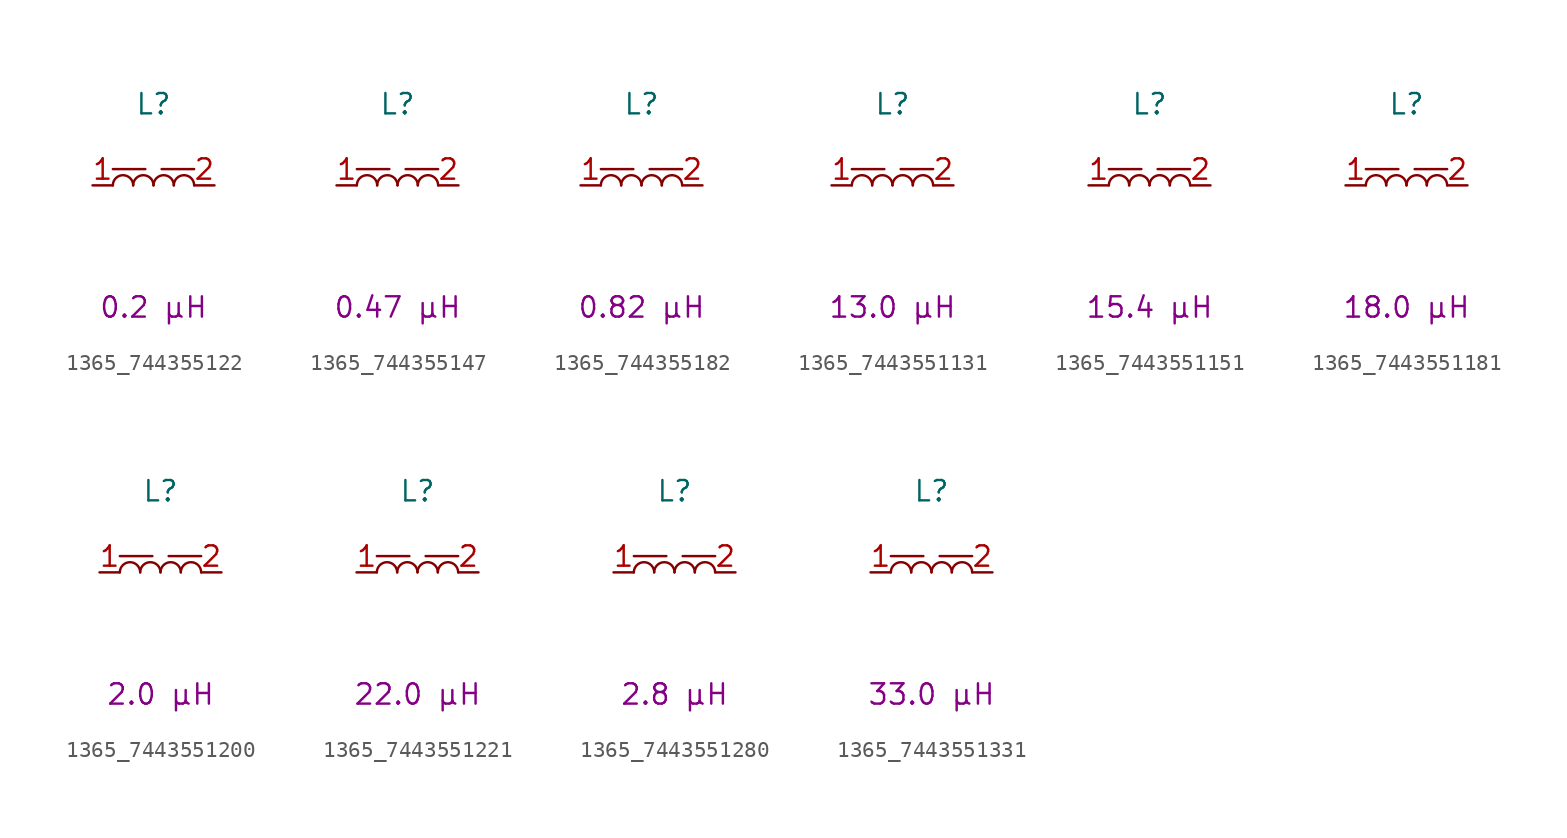
<source format=kicad_sym>
(kicad_symbol_lib
  (version 20220914)
  (generator kicad_symbol_editor)
  (symbol "1365_744355122"
    (pin_names hide)
    (property "Reference" "L"
      (at 0 5.08 0)
      (effects (font (size 1.27 1.27))))
    (property "Critical Parameter" "0.2 µH"
      (at 0 -7.62 0)
      (effects (font (size 1.27 1.27))))
    (symbol "1365_744355122_0_1"
      (arc (start -1.27 0) (mid -1.905 0.6323) (end -2.54 0) (stroke (width 0) (type default)) (fill (type none)))
      (arc (start 0 0) (mid -0.635 0.6323) (end -1.27 0) (stroke (width 0) (type default)) (fill (type none)))
      (polyline (pts (xy -2.54 1.016) (xy -0.508 1.016)) (stroke (width 0) (type default)) (fill (type none)))
      (arc (start 1.27 0) (mid 0.635 0.6323) (end 0 0) (stroke (width 0) (type default)) (fill (type none)))
      (arc (start 2.54 0) (mid 1.905 0.6323) (end 1.27 0) (stroke (width 0) (type default)) (fill (type none))))
    (symbol "1365_744355122_1_1"
      (polyline (pts (xy 2.54 1.016) (xy 0.508 1.016)) (stroke (width 0) (type default)) (fill (type none)))
      (pin passive line (at -3.81 0 0) (length 1.27) (name "1" (effects (font (size 1.27 1.27)))) (number "1" (effects (font (size 1.27 1.27)))))
      (pin passive line (at 3.81 0 180) (length 1.27) (name "2" (effects (font (size 1.27 1.27)))) (number "2" (effects (font (size 1.27 1.27)))))))
  (symbol "1365_744355147"
    (pin_names hide)
    (property "Reference" "L"
      (at 0 5.08 0)
      (effects (font (size 1.27 1.27))))
    (property "Critical Parameter" "0.47 µH"
      (at 0 -7.62 0)
      (effects (font (size 1.27 1.27))))
    (symbol "1365_744355147_0_1"
      (arc (start -1.27 0) (mid -1.905 0.6323) (end -2.54 0) (stroke (width 0) (type default)) (fill (type none)))
      (arc (start 0 0) (mid -0.635 0.6323) (end -1.27 0) (stroke (width 0) (type default)) (fill (type none)))
      (polyline (pts (xy -2.54 1.016) (xy -0.508 1.016)) (stroke (width 0) (type default)) (fill (type none)))
      (arc (start 1.27 0) (mid 0.635 0.6323) (end 0 0) (stroke (width 0) (type default)) (fill (type none)))
      (arc (start 2.54 0) (mid 1.905 0.6323) (end 1.27 0) (stroke (width 0) (type default)) (fill (type none))))
    (symbol "1365_744355147_1_1"
      (polyline (pts (xy 2.54 1.016) (xy 0.508 1.016)) (stroke (width 0) (type default)) (fill (type none)))
      (pin passive line (at -3.81 0 0) (length 1.27) (name "1" (effects (font (size 1.27 1.27)))) (number "1" (effects (font (size 1.27 1.27)))))
      (pin passive line (at 3.81 0 180) (length 1.27) (name "2" (effects (font (size 1.27 1.27)))) (number "2" (effects (font (size 1.27 1.27)))))))
  (symbol "1365_744355182"
    (pin_names hide)
    (property "Reference" "L"
      (at 0 5.08 0)
      (effects (font (size 1.27 1.27))))
    (property "Critical Parameter" "0.82 µH"
      (at 0 -7.62 0)
      (effects (font (size 1.27 1.27))))
    (symbol "1365_744355182_0_1"
      (arc (start -1.27 0) (mid -1.905 0.6323) (end -2.54 0) (stroke (width 0) (type default)) (fill (type none)))
      (arc (start 0 0) (mid -0.635 0.6323) (end -1.27 0) (stroke (width 0) (type default)) (fill (type none)))
      (polyline (pts (xy -2.54 1.016) (xy -0.508 1.016)) (stroke (width 0) (type default)) (fill (type none)))
      (arc (start 1.27 0) (mid 0.635 0.6323) (end 0 0) (stroke (width 0) (type default)) (fill (type none)))
      (arc (start 2.54 0) (mid 1.905 0.6323) (end 1.27 0) (stroke (width 0) (type default)) (fill (type none))))
    (symbol "1365_744355182_1_1"
      (polyline (pts (xy 2.54 1.016) (xy 0.508 1.016)) (stroke (width 0) (type default)) (fill (type none)))
      (pin passive line (at -3.81 0 0) (length 1.27) (name "1" (effects (font (size 1.27 1.27)))) (number "1" (effects (font (size 1.27 1.27)))))
      (pin passive line (at 3.81 0 180) (length 1.27) (name "2" (effects (font (size 1.27 1.27)))) (number "2" (effects (font (size 1.27 1.27)))))))
  (symbol "1365_7443551131"
    (pin_names hide)
    (property "Reference" "L"
      (at 0 5.08 0)
      (effects (font (size 1.27 1.27))))
    (property "Critical Parameter" "13.0 µH"
      (at 0 -7.62 0)
      (effects (font (size 1.27 1.27))))
    (symbol "1365_7443551131_0_1"
      (arc (start -1.27 0) (mid -1.905 0.6323) (end -2.54 0) (stroke (width 0) (type default)) (fill (type none)))
      (arc (start 0 0) (mid -0.635 0.6323) (end -1.27 0) (stroke (width 0) (type default)) (fill (type none)))
      (polyline (pts (xy -2.54 1.016) (xy -0.508 1.016)) (stroke (width 0) (type default)) (fill (type none)))
      (arc (start 1.27 0) (mid 0.635 0.6323) (end 0 0) (stroke (width 0) (type default)) (fill (type none)))
      (arc (start 2.54 0) (mid 1.905 0.6323) (end 1.27 0) (stroke (width 0) (type default)) (fill (type none))))
    (symbol "1365_7443551131_1_1"
      (polyline (pts (xy 2.54 1.016) (xy 0.508 1.016)) (stroke (width 0) (type default)) (fill (type none)))
      (pin passive line (at -3.81 0 0) (length 1.27) (name "1" (effects (font (size 1.27 1.27)))) (number "1" (effects (font (size 1.27 1.27)))))
      (pin passive line (at 3.81 0 180) (length 1.27) (name "2" (effects (font (size 1.27 1.27)))) (number "2" (effects (font (size 1.27 1.27)))))))
  (symbol "1365_7443551151"
    (pin_names hide)
    (property "Reference" "L"
      (at 0 5.08 0)
      (effects (font (size 1.27 1.27))))
    (property "Critical Parameter" "15.4 µH"
      (at 0 -7.62 0)
      (effects (font (size 1.27 1.27))))
    (symbol "1365_7443551151_0_1"
      (arc (start -1.27 0) (mid -1.905 0.6323) (end -2.54 0) (stroke (width 0) (type default)) (fill (type none)))
      (arc (start 0 0) (mid -0.635 0.6323) (end -1.27 0) (stroke (width 0) (type default)) (fill (type none)))
      (polyline (pts (xy -2.54 1.016) (xy -0.508 1.016)) (stroke (width 0) (type default)) (fill (type none)))
      (arc (start 1.27 0) (mid 0.635 0.6323) (end 0 0) (stroke (width 0) (type default)) (fill (type none)))
      (arc (start 2.54 0) (mid 1.905 0.6323) (end 1.27 0) (stroke (width 0) (type default)) (fill (type none))))
    (symbol "1365_7443551151_1_1"
      (polyline (pts (xy 2.54 1.016) (xy 0.508 1.016)) (stroke (width 0) (type default)) (fill (type none)))
      (pin passive line (at -3.81 0 0) (length 1.27) (name "1" (effects (font (size 1.27 1.27)))) (number "1" (effects (font (size 1.27 1.27)))))
      (pin passive line (at 3.81 0 180) (length 1.27) (name "2" (effects (font (size 1.27 1.27)))) (number "2" (effects (font (size 1.27 1.27)))))))
  (symbol "1365_7443551181"
    (pin_names hide)
    (property "Reference" "L"
      (at 0 5.08 0)
      (effects (font (size 1.27 1.27))))
    (property "Critical Parameter" "18.0 µH"
      (at 0 -7.62 0)
      (effects (font (size 1.27 1.27))))
    (symbol "1365_7443551181_0_1"
      (arc (start -1.27 0) (mid -1.905 0.6323) (end -2.54 0) (stroke (width 0) (type default)) (fill (type none)))
      (arc (start 0 0) (mid -0.635 0.6323) (end -1.27 0) (stroke (width 0) (type default)) (fill (type none)))
      (polyline (pts (xy -2.54 1.016) (xy -0.508 1.016)) (stroke (width 0) (type default)) (fill (type none)))
      (arc (start 1.27 0) (mid 0.635 0.6323) (end 0 0) (stroke (width 0) (type default)) (fill (type none)))
      (arc (start 2.54 0) (mid 1.905 0.6323) (end 1.27 0) (stroke (width 0) (type default)) (fill (type none))))
    (symbol "1365_7443551181_1_1"
      (polyline (pts (xy 2.54 1.016) (xy 0.508 1.016)) (stroke (width 0) (type default)) (fill (type none)))
      (pin passive line (at -3.81 0 0) (length 1.27) (name "1" (effects (font (size 1.27 1.27)))) (number "1" (effects (font (size 1.27 1.27)))))
      (pin passive line (at 3.81 0 180) (length 1.27) (name "2" (effects (font (size 1.27 1.27)))) (number "2" (effects (font (size 1.27 1.27)))))))
  (symbol "1365_7443551200"
    (pin_names hide)
    (property "Reference" "L"
      (at 0 5.08 0)
      (effects (font (size 1.27 1.27))))
    (property "Critical Parameter" "2.0 µH"
      (at 0 -7.62 0)
      (effects (font (size 1.27 1.27))))
    (symbol "1365_7443551200_0_1"
      (arc (start -1.27 0) (mid -1.905 0.6323) (end -2.54 0) (stroke (width 0) (type default)) (fill (type none)))
      (arc (start 0 0) (mid -0.635 0.6323) (end -1.27 0) (stroke (width 0) (type default)) (fill (type none)))
      (polyline (pts (xy -2.54 1.016) (xy -0.508 1.016)) (stroke (width 0) (type default)) (fill (type none)))
      (arc (start 1.27 0) (mid 0.635 0.6323) (end 0 0) (stroke (width 0) (type default)) (fill (type none)))
      (arc (start 2.54 0) (mid 1.905 0.6323) (end 1.27 0) (stroke (width 0) (type default)) (fill (type none))))
    (symbol "1365_7443551200_1_1"
      (polyline (pts (xy 2.54 1.016) (xy 0.508 1.016)) (stroke (width 0) (type default)) (fill (type none)))
      (pin passive line (at -3.81 0 0) (length 1.27) (name "1" (effects (font (size 1.27 1.27)))) (number "1" (effects (font (size 1.27 1.27)))))
      (pin passive line (at 3.81 0 180) (length 1.27) (name "2" (effects (font (size 1.27 1.27)))) (number "2" (effects (font (size 1.27 1.27)))))))
  (symbol "1365_7443551221"
    (pin_names hide)
    (property "Reference" "L"
      (at 0 5.08 0)
      (effects (font (size 1.27 1.27))))
    (property "Critical Parameter" "22.0 µH"
      (at 0 -7.62 0)
      (effects (font (size 1.27 1.27))))
    (symbol "1365_7443551221_0_1"
      (arc (start -1.27 0) (mid -1.905 0.6323) (end -2.54 0) (stroke (width 0) (type default)) (fill (type none)))
      (arc (start 0 0) (mid -0.635 0.6323) (end -1.27 0) (stroke (width 0) (type default)) (fill (type none)))
      (polyline (pts (xy -2.54 1.016) (xy -0.508 1.016)) (stroke (width 0) (type default)) (fill (type none)))
      (arc (start 1.27 0) (mid 0.635 0.6323) (end 0 0) (stroke (width 0) (type default)) (fill (type none)))
      (arc (start 2.54 0) (mid 1.905 0.6323) (end 1.27 0) (stroke (width 0) (type default)) (fill (type none))))
    (symbol "1365_7443551221_1_1"
      (polyline (pts (xy 2.54 1.016) (xy 0.508 1.016)) (stroke (width 0) (type default)) (fill (type none)))
      (pin passive line (at -3.81 0 0) (length 1.27) (name "1" (effects (font (size 1.27 1.27)))) (number "1" (effects (font (size 1.27 1.27)))))
      (pin passive line (at 3.81 0 180) (length 1.27) (name "2" (effects (font (size 1.27 1.27)))) (number "2" (effects (font (size 1.27 1.27)))))))
  (symbol "1365_7443551280"
    (pin_names hide)
    (property "Reference" "L"
      (at 0 5.08 0)
      (effects (font (size 1.27 1.27))))
    (property "Critical Parameter" "2.8 µH"
      (at 0 -7.62 0)
      (effects (font (size 1.27 1.27))))
    (symbol "1365_7443551280_0_1"
      (arc (start -1.27 0) (mid -1.905 0.6323) (end -2.54 0) (stroke (width 0) (type default)) (fill (type none)))
      (arc (start 0 0) (mid -0.635 0.6323) (end -1.27 0) (stroke (width 0) (type default)) (fill (type none)))
      (polyline (pts (xy -2.54 1.016) (xy -0.508 1.016)) (stroke (width 0) (type default)) (fill (type none)))
      (arc (start 1.27 0) (mid 0.635 0.6323) (end 0 0) (stroke (width 0) (type default)) (fill (type none)))
      (arc (start 2.54 0) (mid 1.905 0.6323) (end 1.27 0) (stroke (width 0) (type default)) (fill (type none))))
    (symbol "1365_7443551280_1_1"
      (polyline (pts (xy 2.54 1.016) (xy 0.508 1.016)) (stroke (width 0) (type default)) (fill (type none)))
      (pin passive line (at -3.81 0 0) (length 1.27) (name "1" (effects (font (size 1.27 1.27)))) (number "1" (effects (font (size 1.27 1.27)))))
      (pin passive line (at 3.81 0 180) (length 1.27) (name "2" (effects (font (size 1.27 1.27)))) (number "2" (effects (font (size 1.27 1.27)))))))
  (symbol "1365_7443551331"
    (pin_names hide)
    (property "Reference" "L"
      (at 0 5.08 0)
      (effects (font (size 1.27 1.27))))
    (property "Critical Parameter" "33.0 µH"
      (at 0 -7.62 0)
      (effects (font (size 1.27 1.27))))
    (symbol "1365_7443551331_0_1"
      (arc (start -1.27 0) (mid -1.905 0.6323) (end -2.54 0) (stroke (width 0) (type default)) (fill (type none)))
      (arc (start 0 0) (mid -0.635 0.6323) (end -1.27 0) (stroke (width 0) (type default)) (fill (type none)))
      (polyline (pts (xy -2.54 1.016) (xy -0.508 1.016)) (stroke (width 0) (type default)) (fill (type none)))
      (arc (start 1.27 0) (mid 0.635 0.6323) (end 0 0) (stroke (width 0) (type default)) (fill (type none)))
      (arc (start 2.54 0) (mid 1.905 0.6323) (end 1.27 0) (stroke (width 0) (type default)) (fill (type none))))
    (symbol "1365_7443551331_1_1"
      (polyline (pts (xy 2.54 1.016) (xy 0.508 1.016)) (stroke (width 0) (type default)) (fill (type none)))
      (pin passive line (at -3.81 0 0) (length 1.27) (name "1" (effects (font (size 1.27 1.27)))) (number "1" (effects (font (size 1.27 1.27)))))
      (pin passive line (at 3.81 0 180) (length 1.27) (name "2" (effects (font (size 1.27 1.27)))) (number "2" (effects (font (size 1.27 1.27))))))))
</source>
